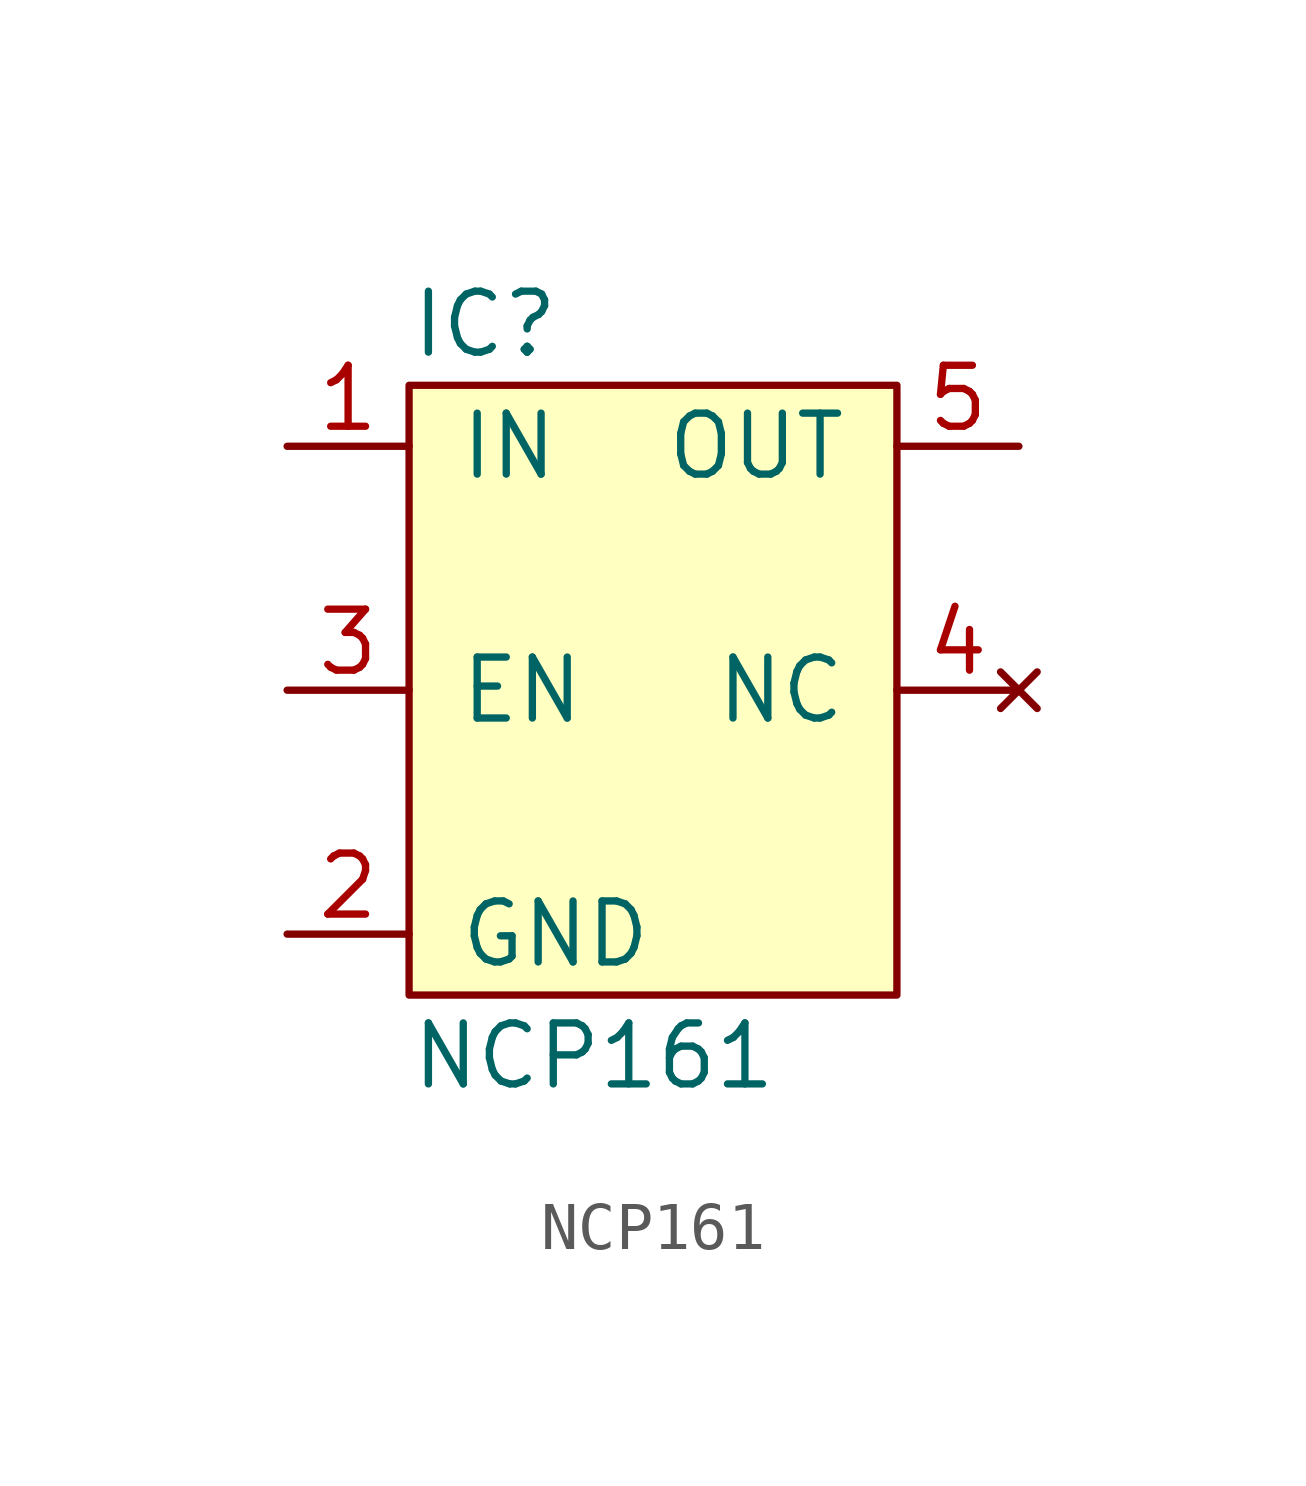
<source format=kicad_sym>
(kicad_symbol_lib
  (version 20211014)
  (generator agg_kicad.build_lib_ic)
  (symbol "NCP161"
    (pin_names
      (offset 1.016))
    (property Reference IC
      (at -5.08 7.62 0)
      (effects (font (size 1.27 1.27)) (justify left)))
    (property Value "NCP161"
      (at -5.08 -7.62 0)
      (effects (font (size 1.27 1.27)) (justify left)))
    (symbol "NCP161_0_0"
      (rectangle (start -5.08 6.35) (end 5.08 -6.35) (stroke (width 0) (type default) (color 0 0 0 0)) (fill (type background)))
      (pin power_in line (at -7.62 5.08 0) (length 2.54) (name IN (effects (font (size 1.27 1.27)))) (number "1" (effects (font (size 1.27 1.27)))))
      (pin input line (at -7.62 0 0) (length 2.54) (name EN (effects (font (size 1.27 1.27)))) (number "3" (effects (font (size 1.27 1.27)))))
      (pin power_in line (at -7.62 -5.08 0) (length 2.54) (name GND (effects (font (size 1.27 1.27)))) (number "2" (effects (font (size 1.27 1.27)))))
      (pin power_out line (at 7.62 5.08 180) (length 2.54) (name OUT (effects (font (size 1.27 1.27)))) (number "5" (effects (font (size 1.27 1.27)))))
      (pin no_connect line (at 7.62 0 180) (length 2.54) (name NC (effects (font (size 1.27 1.27)))) (number "4" (effects (font (size 1.27 1.27))))))))
</source>
